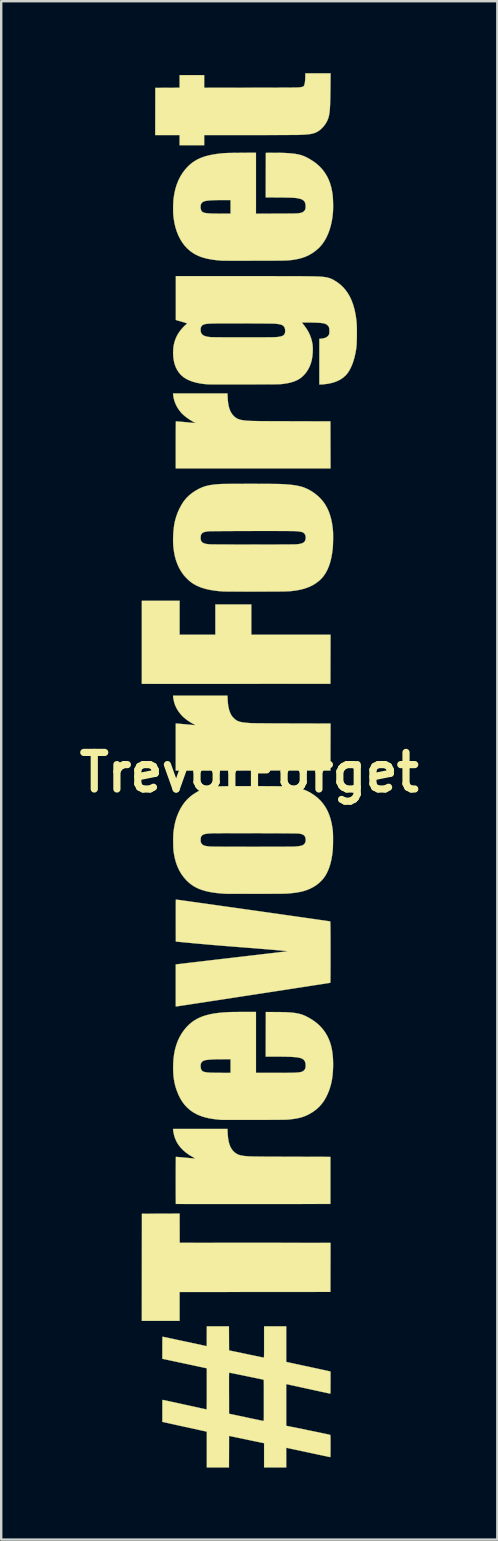
<source format=kicad_pcb>
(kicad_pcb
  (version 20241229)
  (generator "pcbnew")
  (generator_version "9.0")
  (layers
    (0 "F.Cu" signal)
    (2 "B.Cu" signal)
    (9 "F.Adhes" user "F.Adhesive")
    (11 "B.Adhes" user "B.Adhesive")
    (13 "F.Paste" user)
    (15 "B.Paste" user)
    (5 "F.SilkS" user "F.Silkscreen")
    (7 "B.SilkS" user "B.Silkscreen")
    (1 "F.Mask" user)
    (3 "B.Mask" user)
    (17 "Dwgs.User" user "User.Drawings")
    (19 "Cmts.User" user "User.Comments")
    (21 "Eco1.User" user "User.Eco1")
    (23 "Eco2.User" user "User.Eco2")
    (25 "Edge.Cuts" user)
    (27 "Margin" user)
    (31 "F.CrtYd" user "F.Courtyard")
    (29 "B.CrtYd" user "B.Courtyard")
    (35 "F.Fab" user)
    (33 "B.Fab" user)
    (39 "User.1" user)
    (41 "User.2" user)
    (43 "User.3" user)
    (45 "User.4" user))
  (footprint "TrevorForget"
    (layer "F.Cu")
    (at 7.337 29.138)
    (property "Reference" "TrevorForget" (at 0 0 0) (layer "F.SilkS") (effects (font (size 1.524 1.524) (thickness 0.3))))
    (attr through_hole)
    (fp_poly (pts (xy -2.903 -5.738) (xy -1.413 -5.738) (xy -1.413 -7) (xy 0.085 -7) (xy 0.085 -5.738) (xy 3.386 -5.738) (xy 3.383 -4.716) (xy 3.381 -3.694) (xy -4.477 -3.69) (xy -4.477 -7.152) (xy -2.903 -7.152) (xy -2.903 -5.738)) (stroke (width 0.01) (type solid)) (fill yes) (layer "F.SilkS"))
    (fp_poly (pts (xy -2.901 18.991) (xy -2.899 19.598) (xy 0.243 19.6) (xy 3.386 19.602) (xy 3.381 21.646) (xy 0.239 21.648) (xy -2.903 21.651) (xy -2.903 22.852) (xy -4.477 22.852) (xy -4.475 20.62) (xy -4.473 18.388) (xy -3.688 18.386) (xy -2.903 18.383) (xy -2.901 18.991)) (stroke (width 0.01) (type solid)) (fill yes) (layer "F.SilkS"))
    (fp_poly (pts (xy -0.903 -3.064) (xy -0.894 -2.921) (xy -0.879 -2.793) (xy -0.857 -2.677) (xy -0.829 -2.573) (xy -0.794 -2.479) (xy -0.751 -2.395) (xy -0.743 -2.381) (xy -0.713 -2.337) (xy -0.671 -2.289) (xy -0.625 -2.243) (xy -0.577 -2.202) (xy -0.532 -2.17) (xy -0.529 -2.168) (xy -0.487 -2.147) (xy -0.441 -2.128) (xy -0.388 -2.111) (xy -0.328 -2.097) (xy -0.258 -2.085) (xy -0.176 -2.075) (xy -0.082 -2.066) (xy 0.027 -2.058) (xy 0.068 -2.056) (xy 0.097 -2.055) (xy 0.142 -2.053) (xy 0.203 -2.052) (xy 0.28 -2.051) (xy 0.372 -2.05) (xy 0.477 -2.049) (xy 0.597 -2.048) (xy 0.73 -2.047) (xy 0.876 -2.046) (xy 1.034 -2.045) (xy 1.204 -2.044) (xy 1.385 -2.044) (xy 1.577 -2.043) (xy 1.779 -2.042) (xy 1.805 -2.042) (xy 3.386 -2.038) (xy 3.381 -0.08) (xy -3.064 -0.076) (xy -3.064 -2.04) (xy -3.047 -2.04) (xy -3.034 -2.039) (xy -3.007 -2.037) (xy -2.968 -2.034) (xy -2.917 -2.029) (xy -2.859 -2.024) (xy -2.794 -2.018) (xy -2.725 -2.012) (xy -2.653 -2.006) (xy -2.582 -1.999) (xy -2.513 -1.993) (xy -2.448 -1.987) (xy -2.389 -1.981) (xy -2.339 -1.976) (xy -2.299 -1.972) (xy -2.272 -1.97) (xy -2.26 -1.968) (xy -2.252 -1.968) (xy -2.255 -1.973) (xy -2.27 -1.984) (xy -2.298 -2.001) (xy -2.332 -2.02) (xy -2.454 -2.09) (xy -2.56 -2.16) (xy -2.656 -2.231) (xy -2.741 -2.304) (xy -2.78 -2.341) (xy -2.879 -2.45) (xy -2.963 -2.562) (xy -3.033 -2.679) (xy -3.089 -2.804) (xy -3.111 -2.865) (xy -3.124 -2.907) (xy -3.137 -2.957) (xy -3.149 -3.011) (xy -3.159 -3.065) (xy -3.168 -3.114) (xy -3.173 -3.154) (xy -3.174 -3.175) (xy -3.174 -3.199) (xy -0.908 -3.199) (xy -0.903 -3.064)) (stroke (width 0.01) (type solid)) (fill yes) (layer "F.SilkS"))
    (fp_poly (pts (xy -0.903 -15.658) (xy -0.894 -15.514) (xy -0.879 -15.385) (xy -0.858 -15.269) (xy -0.83 -15.166) (xy -0.796 -15.074) (xy -0.754 -14.992) (xy -0.704 -14.919) (xy -0.646 -14.853) (xy -0.633 -14.84) (xy -0.574 -14.79) (xy -0.511 -14.75) (xy -0.441 -14.719) (xy -0.362 -14.695) (xy -0.271 -14.678) (xy -0.236 -14.673) (xy -0.205 -14.669) (xy -0.175 -14.666) (xy -0.145 -14.662) (xy -0.113 -14.659) (xy -0.081 -14.657) (xy -0.045 -14.654) (xy -0.007 -14.652) (xy 0.036 -14.65) (xy 0.083 -14.648) (xy 0.136 -14.646) (xy 0.195 -14.645) (xy 0.262 -14.644) (xy 0.336 -14.642) (xy 0.419 -14.641) (xy 0.512 -14.64) (xy 0.615 -14.64) (xy 0.729 -14.639) (xy 0.856 -14.638) (xy 0.994 -14.637) (xy 1.147 -14.637) (xy 1.313 -14.636) (xy 1.495 -14.636) (xy 1.693 -14.635) (xy 1.76 -14.635) (xy 3.381 -14.63) (xy 3.383 -13.65) (xy 3.386 -12.67) (xy -3.064 -12.67) (xy -3.064 -13.647) (xy -3.064 -13.775) (xy -3.064 -13.897) (xy -3.063 -14.014) (xy -3.063 -14.123) (xy -3.063 -14.225) (xy -3.062 -14.318) (xy -3.061 -14.401) (xy -3.061 -14.472) (xy -3.06 -14.532) (xy -3.059 -14.578) (xy -3.058 -14.61) (xy -3.057 -14.627) (xy -3.057 -14.629) (xy -3.047 -14.629) (xy -3.023 -14.628) (xy -2.984 -14.625) (xy -2.934 -14.621) (xy -2.874 -14.616) (xy -2.805 -14.61) (xy -2.73 -14.603) (xy -2.649 -14.596) (xy -2.649 -14.596) (xy -2.568 -14.588) (xy -2.492 -14.581) (xy -2.423 -14.575) (xy -2.363 -14.569) (xy -2.312 -14.565) (xy -2.274 -14.561) (xy -2.249 -14.559) (xy -2.239 -14.558) (xy -2.239 -14.558) (xy -2.242 -14.562) (xy -2.259 -14.572) (xy -2.285 -14.587) (xy -2.319 -14.605) (xy -2.328 -14.609) (xy -2.432 -14.669) (xy -2.535 -14.735) (xy -2.632 -14.805) (xy -2.721 -14.877) (xy -2.799 -14.95) (xy -2.832 -14.984) (xy -2.925 -15.1) (xy -3.005 -15.223) (xy -3.07 -15.352) (xy -3.121 -15.486) (xy -3.155 -15.624) (xy -3.17 -15.732) (xy -3.176 -15.794) (xy -0.908 -15.794) (xy -0.903 -15.658)) (stroke (width 0.01) (type solid)) (fill yes) (layer "F.SilkS"))
    (fp_poly (pts (xy 3.383 -28.53) (xy 3.381 -28.363) (xy 3.379 -28.213) (xy 3.376 -28.077) (xy 3.373 -27.955) (xy 3.369 -27.846) (xy 3.364 -27.748) (xy 3.359 -27.66) (xy 3.352 -27.582) (xy 3.345 -27.512) (xy 3.336 -27.45) (xy 3.326 -27.393) (xy 3.315 -27.341) (xy 3.302 -27.294) (xy 3.287 -27.249) (xy 3.271 -27.206) (xy 3.259 -27.176) (xy 3.212 -27.083) (xy 3.152 -26.991) (xy 3.082 -26.903) (xy 3.005 -26.824) (xy 2.924 -26.756) (xy 2.893 -26.734) (xy 2.845 -26.704) (xy 2.798 -26.679) (xy 2.749 -26.657) (xy 2.697 -26.638) (xy 2.639 -26.622) (xy 2.575 -26.608) (xy 2.502 -26.597) (xy 2.42 -26.588) (xy 2.325 -26.58) (xy 2.217 -26.574) (xy 2.095 -26.568) (xy 2.067 -26.567) (xy 2.023 -26.566) (xy 1.964 -26.566) (xy 1.89 -26.565) (xy 1.803 -26.564) (xy 1.703 -26.564) (xy 1.59 -26.563) (xy 1.467 -26.562) (xy 1.333 -26.562) (xy 1.189 -26.561) (xy 1.037 -26.561) (xy 0.877 -26.561) (xy 0.71 -26.56) (xy 0.536 -26.56) (xy 0.357 -26.56) (xy 0.173 -26.56) (xy 0.011 -26.56) (xy -1.879 -26.56) (xy -1.879 -26.136) (xy -2.903 -26.136) (xy -2.903 -26.56) (xy -3.919 -26.56) (xy -3.915 -28.527) (xy -3.409 -28.53) (xy -2.903 -28.532) (xy -2.903 -29.056) (xy -1.879 -29.056) (xy -1.879 -28.531) (xy 0.083 -28.534) (xy 0.299 -28.534) (xy 0.5 -28.535) (xy 0.685 -28.535) (xy 0.855 -28.535) (xy 1.011 -28.536) (xy 1.153 -28.536) (xy 1.282 -28.537) (xy 1.399 -28.537) (xy 1.504 -28.537) (xy 1.598 -28.538) (xy 1.682 -28.539) (xy 1.756 -28.539) (xy 1.821 -28.54) (xy 1.877 -28.54) (xy 1.926 -28.541) (xy 1.968 -28.542) (xy 2.003 -28.543) (xy 2.033 -28.544) (xy 2.057 -28.545) (xy 2.077 -28.546) (xy 2.093 -28.547) (xy 2.106 -28.549) (xy 2.117 -28.55) (xy 2.12 -28.551) (xy 2.173 -28.561) (xy 2.212 -28.57) (xy 2.239 -28.58) (xy 2.259 -28.591) (xy 2.273 -28.605) (xy 2.282 -28.619) (xy 2.296 -28.654) (xy 2.309 -28.704) (xy 2.319 -28.766) (xy 2.328 -28.838) (xy 2.333 -28.918) (xy 2.336 -29.004) (xy 2.336 -29.033) (xy 2.336 -29.133) (xy 3.388 -29.133) (xy 3.383 -28.53)) (stroke (width 0.01) (type solid)) (fill yes) (layer "F.SilkS"))
    (fp_poly (pts (xy -0.903 14.987) (xy -0.894 15.13) (xy -0.88 15.258) (xy -0.86 15.373) (xy -0.833 15.475) (xy -0.801 15.566) (xy -0.761 15.647) (xy -0.714 15.72) (xy -0.659 15.785) (xy -0.639 15.806) (xy -0.577 15.858) (xy -0.511 15.9) (xy -0.437 15.933) (xy -0.353 15.957) (xy -0.255 15.974) (xy -0.253 15.975) (xy -0.223 15.979) (xy -0.195 15.982) (xy -0.167 15.986) (xy -0.138 15.988) (xy -0.107 15.991) (xy -0.074 15.994) (xy -0.038 15.996) (xy 0.002 15.998) (xy 0.046 16) (xy 0.096 16.001) (xy 0.152 16.003) (xy 0.216 16.004) (xy 0.287 16.005) (xy 0.366 16.006) (xy 0.455 16.007) (xy 0.554 16.008) (xy 0.664 16.009) (xy 0.785 16.01) (xy 0.919 16.01) (xy 1.066 16.011) (xy 1.228 16.011) (xy 1.404 16.012) (xy 1.595 16.013) (xy 1.739 16.013) (xy 3.381 16.018) (xy 3.381 17.981) (xy 0.164 17.984) (xy -0.068 17.984) (xy -0.296 17.984) (xy -0.519 17.984) (xy -0.737 17.984) (xy -0.949 17.984) (xy -1.154 17.984) (xy -1.351 17.984) (xy -1.541 17.984) (xy -1.723 17.984) (xy -1.896 17.984) (xy -2.059 17.983) (xy -2.212 17.983) (xy -2.354 17.983) (xy -2.485 17.983) (xy -2.604 17.983) (xy -2.71 17.982) (xy -2.803 17.982) (xy -2.883 17.982) (xy -2.949 17.981) (xy -3 17.981) (xy -3.035 17.981) (xy -3.054 17.98) (xy -3.058 17.98) (xy -3.059 17.971) (xy -3.06 17.946) (xy -3.061 17.907) (xy -3.061 17.855) (xy -3.062 17.791) (xy -3.062 17.717) (xy -3.063 17.633) (xy -3.063 17.542) (xy -3.063 17.444) (xy -3.064 17.341) (xy -3.064 17.234) (xy -3.064 17.124) (xy -3.064 17.012) (xy -3.064 16.901) (xy -3.064 16.791) (xy -3.063 16.683) (xy -3.063 16.578) (xy -3.063 16.479) (xy -3.062 16.386) (xy -3.062 16.301) (xy -3.061 16.224) (xy -3.061 16.158) (xy -3.06 16.103) (xy -3.059 16.061) (xy -3.059 16.033) (xy -3.058 16.02) (xy -3.058 16.02) (xy -3.048 16.02) (xy -3.023 16.021) (xy -2.985 16.024) (xy -2.936 16.028) (xy -2.876 16.033) (xy -2.807 16.039) (xy -2.732 16.046) (xy -2.662 16.053) (xy -2.582 16.06) (xy -2.507 16.067) (xy -2.438 16.073) (xy -2.378 16.079) (xy -2.328 16.083) (xy -2.289 16.087) (xy -2.265 16.089) (xy -2.256 16.089) (xy -2.256 16.086) (xy -2.27 16.076) (xy -2.294 16.061) (xy -2.326 16.042) (xy -2.337 16.037) (xy -2.49 15.946) (xy -2.627 15.85) (xy -2.749 15.747) (xy -2.856 15.638) (xy -2.947 15.522) (xy -3.023 15.399) (xy -3.083 15.27) (xy -3.129 15.133) (xy -3.16 14.989) (xy -3.161 14.981) (xy -3.167 14.943) (xy -3.171 14.909) (xy -3.174 14.885) (xy -3.174 14.877) (xy -3.174 14.854) (xy -0.908 14.854) (xy -0.903 14.987)) (stroke (width 0.01) (type solid)) (fill yes) (layer "F.SilkS"))
    (fp_poly (pts (xy -3.049 5.298) (xy -3.024 5.301) (xy -2.984 5.307) (xy -2.93 5.314) (xy -2.861 5.323) (xy -2.779 5.335) (xy -2.685 5.348) (xy -2.578 5.362) (xy -2.461 5.379) (xy -2.333 5.397) (xy -2.195 5.416) (xy -2.048 5.437) (xy -1.893 5.458) (xy -1.73 5.481) (xy -1.56 5.505) (xy -1.384 5.53) (xy -1.203 5.556) (xy -1.016 5.582) (xy -0.825 5.609) (xy -0.631 5.636) (xy -0.434 5.664) (xy -0.235 5.692) (xy -0.035 5.72) (xy 0.166 5.749) (xy 0.367 5.777) (xy 0.567 5.806) (xy 0.766 5.834) (xy 0.963 5.862) (xy 1.157 5.889) (xy 1.347 5.916) (xy 1.533 5.943) (xy 1.715 5.969) (xy 1.89 5.994) (xy 2.06 6.018) (xy 2.222 6.041) (xy 2.377 6.063) (xy 2.523 6.084) (xy 2.66 6.104) (xy 2.787 6.122) (xy 2.904 6.139) (xy 3.009 6.154) (xy 3.103 6.167) (xy 3.184 6.179) (xy 3.251 6.189) (xy 3.305 6.197) (xy 3.344 6.203) (xy 3.368 6.206) (xy 3.375 6.208) (xy 3.376 6.217) (xy 3.378 6.241) (xy 3.379 6.281) (xy 3.38 6.333) (xy 3.381 6.399) (xy 3.382 6.475) (xy 3.383 6.562) (xy 3.384 6.658) (xy 3.384 6.761) (xy 3.385 6.872) (xy 3.385 6.988) (xy 3.386 7.108) (xy 3.386 7.232) (xy 3.386 7.359) (xy 3.386 7.486) (xy 3.386 7.613) (xy 3.386 7.739) (xy 3.386 7.863) (xy 3.386 7.984) (xy 3.386 8.1) (xy 3.385 8.211) (xy 3.384 8.314) (xy 3.384 8.41) (xy 3.383 8.497) (xy 3.382 8.573) (xy 3.381 8.639) (xy 3.38 8.692) (xy 3.379 8.731) (xy 3.378 8.756) (xy 3.376 8.765) (xy 3.367 8.766) (xy 3.343 8.77) (xy 3.303 8.777) (xy 3.248 8.785) (xy 3.179 8.796) (xy 3.097 8.809) (xy 3.003 8.824) (xy 2.896 8.84) (xy 2.779 8.858) (xy 2.651 8.878) (xy 2.514 8.899) (xy 2.367 8.922) (xy 2.212 8.946) (xy 2.049 8.971) (xy 1.88 8.997) (xy 1.704 9.024) (xy 1.523 9.052) (xy 1.337 9.081) (xy 1.147 9.11) (xy 0.953 9.14) (xy 0.756 9.17) (xy 0.558 9.201) (xy 0.358 9.231) (xy 0.158 9.262) (xy -0.043 9.293) (xy -0.242 9.323) (xy -0.44 9.354) (xy -0.636 9.384) (xy -0.829 9.414) (xy -1.019 9.443) (xy -1.204 9.471) (xy -1.384 9.499) (xy -1.559 9.525) (xy -1.727 9.551) (xy -1.888 9.576) (xy -2.041 9.599) (xy -2.186 9.621) (xy -2.322 9.642) (xy -2.448 9.661) (xy -2.563 9.679) (xy -2.667 9.695) (xy -2.759 9.708) (xy -2.839 9.72) (xy -2.905 9.73) (xy -2.956 9.738) (xy -2.994 9.744) (xy -3.015 9.747) (xy -3.019 9.747) (xy -3.064 9.753) (xy -3.064 8.001) (xy -3.036 7.996) (xy -3.026 7.995) (xy -2.999 7.992) (xy -2.957 7.987) (xy -2.9 7.98) (xy -2.829 7.972) (xy -2.744 7.962) (xy -2.647 7.95) (xy -2.538 7.937) (xy -2.418 7.923) (xy -2.287 7.908) (xy -2.146 7.891) (xy -1.996 7.874) (xy -1.838 7.855) (xy -1.672 7.836) (xy -1.498 7.815) (xy -1.318 7.794) (xy -1.132 7.772) (xy -0.942 7.75) (xy -0.746 7.727) (xy -0.705 7.722) (xy -0.51 7.699) (xy -0.318 7.677) (xy -0.132 7.655) (xy 0.048 7.634) (xy 0.222 7.614) (xy 0.389 7.594) (xy 0.547 7.575) (xy 0.698 7.558) (xy 0.839 7.541) (xy 0.97 7.526) (xy 1.091 7.511) (xy 1.201 7.498) (xy 1.298 7.487) (xy 1.383 7.477) (xy 1.455 7.468) (xy 1.513 7.461) (xy 1.556 7.456) (xy 1.584 7.453) (xy 1.596 7.451) (xy 1.597 7.451) (xy 1.587 7.449) (xy 1.561 7.445) (xy 1.519 7.44) (xy 1.464 7.434) (xy 1.395 7.427) (xy 1.314 7.42) (xy 1.221 7.411) (xy 1.117 7.402) (xy 1.003 7.392) (xy 0.88 7.381) (xy 0.75 7.37) (xy 0.612 7.359) (xy 0.467 7.347) (xy 0.317 7.335) (xy 0.163 7.322) (xy 0.005 7.31) (xy -0.156 7.297) (xy -0.319 7.285) (xy -0.449 7.275) (xy -0.74 7.252) (xy -1.036 7.228) (xy -1.334 7.204) (xy -1.63 7.179) (xy -1.922 7.153) (xy -2.207 7.128) (xy -2.482 7.102) (xy -2.743 7.077) (xy -2.827 7.069) (xy -3.06 7.046) (xy -3.062 6.175) (xy -3.062 6.055) (xy -3.062 5.94) (xy -3.062 5.83) (xy -3.062 5.728) (xy -3.062 5.634) (xy -3.061 5.549) (xy -3.061 5.474) (xy -3.06 5.411) (xy -3.06 5.361) (xy -3.059 5.325) (xy -3.058 5.303) (xy -3.058 5.297) (xy -3.049 5.298)) (stroke (width 0.01) (type solid)) (fill yes) (layer "F.SilkS"))
    (fp_poly (pts (xy 0.279 12.518) (xy 1.073 12.518) (xy 1.226 12.518) (xy 1.363 12.518) (xy 1.485 12.517) (xy 1.593 12.517) (xy 1.689 12.516) (xy 1.773 12.514) (xy 1.846 12.512) (xy 1.909 12.51) (xy 1.964 12.508) (xy 2.011 12.504) (xy 2.052 12.5) (xy 2.087 12.496) (xy 2.118 12.491) (xy 2.145 12.485) (xy 2.17 12.478) (xy 2.193 12.47) (xy 2.207 12.466) (xy 2.25 12.442) (xy 2.29 12.406) (xy 2.321 12.363) (xy 2.337 12.326) (xy 2.345 12.286) (xy 2.348 12.236) (xy 2.348 12.183) (xy 2.343 12.132) (xy 2.335 12.09) (xy 2.33 12.073) (xy 2.315 12.039) (xy 2.297 12.009) (xy 2.275 11.981) (xy 2.249 11.957) (xy 2.217 11.936) (xy 2.178 11.917) (xy 2.133 11.901) (xy 2.079 11.887) (xy 2.015 11.876) (xy 1.942 11.866) (xy 1.858 11.859) (xy 1.762 11.852) (xy 1.654 11.848) (xy 1.532 11.845) (xy 1.395 11.843) (xy 1.243 11.841) (xy 1.115 11.841) (xy 0.685 11.841) (xy 0.69 9.983) (xy 1.096 9.984) (xy 1.256 9.985) (xy 1.4 9.988) (xy 1.53 9.992) (xy 1.647 9.998) (xy 1.754 10.006) (xy 1.85 10.016) (xy 1.938 10.028) (xy 2.019 10.043) (xy 2.094 10.06) (xy 2.165 10.08) (xy 2.2 10.091) (xy 2.279 10.121) (xy 2.365 10.161) (xy 2.457 10.208) (xy 2.551 10.262) (xy 2.643 10.32) (xy 2.73 10.38) (xy 2.797 10.431) (xy 2.895 10.517) (xy 2.991 10.613) (xy 3.079 10.716) (xy 3.155 10.82) (xy 3.167 10.838) (xy 3.244 10.967) (xy 3.31 11.104) (xy 3.366 11.248) (xy 3.411 11.401) (xy 3.446 11.563) (xy 3.472 11.736) (xy 3.488 11.921) (xy 3.494 12.119) (xy 3.493 12.264) (xy 3.485 12.452) (xy 3.47 12.628) (xy 3.447 12.793) (xy 3.416 12.95) (xy 3.375 13.102) (xy 3.326 13.251) (xy 3.27 13.39) (xy 3.194 13.547) (xy 3.108 13.692) (xy 3.01 13.824) (xy 2.901 13.944) (xy 2.779 14.053) (xy 2.645 14.15) (xy 2.498 14.237) (xy 2.442 14.266) (xy 2.364 14.302) (xy 2.287 14.333) (xy 2.208 14.361) (xy 2.125 14.385) (xy 2.036 14.406) (xy 1.938 14.424) (xy 1.829 14.441) (xy 1.706 14.456) (xy 1.617 14.466) (xy 1.596 14.467) (xy 1.566 14.469) (xy 1.524 14.47) (xy 1.47 14.471) (xy 1.405 14.472) (xy 1.327 14.473) (xy 1.236 14.474) (xy 1.131 14.475) (xy 1.013 14.475) (xy 0.88 14.476) (xy 0.731 14.476) (xy 0.568 14.477) (xy 0.388 14.477) (xy 0.207 14.477) (xy 0.059 14.478) (xy -0.086 14.478) (xy -0.225 14.478) (xy -0.359 14.478) (xy -0.485 14.478) (xy -0.603 14.478) (xy -0.713 14.478) (xy -0.813 14.477) (xy -0.902 14.477) (xy -0.979 14.477) (xy -1.044 14.477) (xy -1.095 14.477) (xy -1.131 14.476) (xy -1.152 14.476) (xy -1.155 14.476) (xy -1.182 14.474) (xy -1.221 14.471) (xy -1.268 14.467) (xy -1.318 14.462) (xy -1.337 14.46) (xy -1.518 14.438) (xy -1.685 14.409) (xy -1.84 14.373) (xy -1.983 14.329) (xy -2.118 14.276) (xy -2.205 14.236) (xy -2.342 14.159) (xy -2.469 14.069) (xy -2.586 13.966) (xy -2.693 13.851) (xy -2.79 13.722) (xy -2.877 13.579) (xy -2.954 13.423) (xy -3.022 13.253) (xy -3.051 13.169) (xy -3.089 13.039) (xy -3.119 12.908) (xy -3.142 12.773) (xy -3.159 12.631) (xy -3.168 12.478) (xy -3.172 12.383) (xy -3.171 12.236) (xy -2.03 12.236) (xy -2.029 12.255) (xy -2.02 12.323) (xy -2.004 12.376) (xy -1.98 12.418) (xy -1.946 12.448) (xy -1.899 12.471) (xy -1.84 12.487) (xy -1.831 12.489) (xy -1.795 12.495) (xy -1.757 12.5) (xy -1.713 12.504) (xy -1.663 12.508) (xy -1.604 12.51) (xy -1.536 12.513) (xy -1.457 12.514) (xy -1.365 12.516) (xy -1.258 12.516) (xy -1.17 12.517) (xy -0.779 12.518) (xy -0.779 11.951) (xy -1.09 11.951) (xy -1.231 11.952) (xy -1.357 11.953) (xy -1.468 11.956) (xy -1.565 11.961) (xy -1.65 11.966) (xy -1.722 11.974) (xy -1.784 11.982) (xy -1.837 11.992) (xy -1.876 12.003) (xy -1.933 12.028) (xy -1.977 12.064) (xy -2.007 12.111) (xy -2.025 12.168) (xy -2.03 12.236) (xy -3.171 12.236) (xy -3.17 12.155) (xy -3.157 11.938) (xy -3.131 11.733) (xy -3.092 11.539) (xy -3.04 11.355) (xy -2.976 11.181) (xy -2.899 11.018) (xy -2.809 10.864) (xy -2.706 10.72) (xy -2.596 10.592) (xy -2.501 10.498) (xy -2.399 10.412) (xy -2.29 10.335) (xy -2.174 10.267) (xy -2.048 10.207) (xy -1.913 10.154) (xy -1.767 10.11) (xy -1.61 10.072) (xy -1.44 10.041) (xy -1.257 10.017) (xy -1.06 9.999) (xy -0.859 9.987) (xy -0.812 9.986) (xy -0.751 9.984) (xy -0.678 9.983) (xy -0.595 9.982) (xy -0.505 9.981) (xy -0.41 9.98) (xy -0.314 9.979) (xy -0.218 9.979) (xy -0.193 9.979) (xy 0.279 9.979) (xy 0.279 12.518)) (stroke (width 0.01) (type solid)) (fill yes) (layer "F.SilkS"))
    (fp_poly (pts (xy 0.279 -23.283) (xy 1.136 -23.287) (xy 1.279 -23.287) (xy 1.405 -23.288) (xy 1.517 -23.288) (xy 1.615 -23.289) (xy 1.7 -23.29) (xy 1.773 -23.291) (xy 1.836 -23.291) (xy 1.889 -23.293) (xy 1.933 -23.294) (xy 1.969 -23.295) (xy 1.999 -23.296) (xy 2.024 -23.298) (xy 2.044 -23.3) (xy 2.06 -23.302) (xy 2.069 -23.304) (xy 2.128 -23.315) (xy 2.172 -23.325) (xy 2.207 -23.337) (xy 2.235 -23.351) (xy 2.259 -23.368) (xy 2.281 -23.388) (xy 2.308 -23.42) (xy 2.327 -23.452) (xy 2.34 -23.488) (xy 2.346 -23.533) (xy 2.348 -23.59) (xy 2.348 -23.601) (xy 2.342 -23.676) (xy 2.326 -23.74) (xy 2.299 -23.792) (xy 2.26 -23.835) (xy 2.207 -23.87) (xy 2.141 -23.897) (xy 2.059 -23.918) (xy 2.024 -23.925) (xy 1.99 -23.931) (xy 1.956 -23.936) (xy 1.919 -23.94) (xy 1.88 -23.944) (xy 1.835 -23.947) (xy 1.784 -23.95) (xy 1.725 -23.952) (xy 1.657 -23.954) (xy 1.578 -23.955) (xy 1.486 -23.956) (xy 1.381 -23.958) (xy 1.261 -23.959) (xy 1.246 -23.959) (xy 0.685 -23.963) (xy 0.69 -25.819) (xy 0.969 -25.822) (xy 1.165 -25.822) (xy 1.346 -25.819) (xy 1.511 -25.813) (xy 1.661 -25.803) (xy 1.798 -25.791) (xy 1.921 -25.775) (xy 2.032 -25.755) (xy 2.131 -25.732) (xy 2.194 -25.713) (xy 2.27 -25.685) (xy 2.355 -25.647) (xy 2.445 -25.601) (xy 2.538 -25.548) (xy 2.629 -25.491) (xy 2.716 -25.432) (xy 2.795 -25.372) (xy 2.817 -25.354) (xy 2.941 -25.242) (xy 3.052 -25.121) (xy 3.149 -24.992) (xy 3.234 -24.854) (xy 3.307 -24.705) (xy 3.368 -24.547) (xy 3.417 -24.377) (xy 3.454 -24.195) (xy 3.475 -24.05) (xy 3.481 -23.991) (xy 3.485 -23.919) (xy 3.489 -23.838) (xy 3.492 -23.75) (xy 3.494 -23.661) (xy 3.494 -23.572) (xy 3.493 -23.489) (xy 3.491 -23.414) (xy 3.488 -23.356) (xy 3.468 -23.156) (xy 3.437 -22.963) (xy 3.395 -22.779) (xy 3.344 -22.604) (xy 3.282 -22.44) (xy 3.212 -22.287) (xy 3.132 -22.146) (xy 3.043 -22.017) (xy 2.946 -21.903) (xy 2.883 -21.84) (xy 2.757 -21.732) (xy 2.625 -21.638) (xy 2.487 -21.558) (xy 2.342 -21.491) (xy 2.187 -21.437) (xy 2.022 -21.395) (xy 1.845 -21.364) (xy 1.841 -21.363) (xy 1.805 -21.358) (xy 1.772 -21.354) (xy 1.74 -21.35) (xy 1.709 -21.346) (xy 1.677 -21.343) (xy 1.645 -21.34) (xy 1.61 -21.338) (xy 1.572 -21.336) (xy 1.531 -21.334) (xy 1.484 -21.332) (xy 1.432 -21.331) (xy 1.372 -21.329) (xy 1.305 -21.328) (xy 1.23 -21.328) (xy 1.145 -21.327) (xy 1.049 -21.326) (xy 0.942 -21.326) (xy 0.823 -21.325) (xy 0.69 -21.325) (xy 0.543 -21.325) (xy 0.381 -21.325) (xy 0.212 -21.325) (xy 0.064 -21.324) (xy -0.08 -21.324) (xy -0.219 -21.324) (xy -0.352 -21.324) (xy -0.477 -21.324) (xy -0.594 -21.324) (xy -0.703 -21.324) (xy -0.801 -21.324) (xy -0.889 -21.324) (xy -0.965 -21.325) (xy -1.028 -21.325) (xy -1.077 -21.325) (xy -1.112 -21.325) (xy -1.131 -21.326) (xy -1.134 -21.326) (xy -1.315 -21.341) (xy -1.482 -21.361) (xy -1.634 -21.385) (xy -1.774 -21.413) (xy -1.903 -21.447) (xy -2.022 -21.486) (xy -2.134 -21.531) (xy -2.238 -21.582) (xy -2.332 -21.636) (xy -2.459 -21.725) (xy -2.577 -21.828) (xy -2.686 -21.944) (xy -2.784 -22.073) (xy -2.872 -22.214) (xy -2.95 -22.366) (xy -3.016 -22.529) (xy -3.072 -22.703) (xy -3.116 -22.886) (xy -3.148 -23.078) (xy -3.166 -23.246) (xy -3.17 -23.31) (xy -3.172 -23.387) (xy -3.173 -23.473) (xy -3.172 -23.563) (xy -3.172 -23.568) (xy -2.032 -23.568) (xy -2.024 -23.496) (xy -2.02 -23.477) (xy -2.011 -23.445) (xy -2 -23.417) (xy -1.986 -23.392) (xy -1.968 -23.371) (xy -1.945 -23.353) (xy -1.916 -23.337) (xy -1.879 -23.324) (xy -1.833 -23.314) (xy -1.779 -23.305) (xy -1.714 -23.299) (xy -1.637 -23.294) (xy -1.548 -23.29) (xy -1.446 -23.288) (xy -1.328 -23.286) (xy -1.195 -23.285) (xy -1.166 -23.285) (xy -0.779 -23.284) (xy -0.779 -23.851) (xy -1.098 -23.851) (xy -1.235 -23.851) (xy -1.356 -23.849) (xy -1.462 -23.846) (xy -1.555 -23.842) (xy -1.637 -23.837) (xy -1.707 -23.831) (xy -1.768 -23.823) (xy -1.82 -23.814) (xy -1.865 -23.803) (xy -1.877 -23.799) (xy -1.932 -23.774) (xy -1.976 -23.737) (xy -2.007 -23.69) (xy -2.026 -23.633) (xy -2.032 -23.568) (xy -3.172 -23.568) (xy -3.17 -23.655) (xy -3.166 -23.743) (xy -3.162 -23.824) (xy -3.156 -23.893) (xy -3.153 -23.919) (xy -3.121 -24.124) (xy -3.077 -24.32) (xy -3.02 -24.504) (xy -2.95 -24.678) (xy -2.868 -24.84) (xy -2.773 -24.992) (xy -2.666 -25.132) (xy -2.547 -25.261) (xy -2.471 -25.331) (xy -2.374 -25.41) (xy -2.27 -25.48) (xy -2.159 -25.544) (xy -2.04 -25.6) (xy -1.912 -25.649) (xy -1.773 -25.691) (xy -1.622 -25.727) (xy -1.458 -25.758) (xy -1.28 -25.783) (xy -1.09 -25.803) (xy -1.052 -25.806) (xy -1.007 -25.808) (xy -0.954 -25.811) (xy -0.891 -25.813) (xy -0.817 -25.815) (xy -0.732 -25.816) (xy -0.633 -25.818) (xy -0.52 -25.819) (xy -0.392 -25.82) (xy -0.332 -25.821) (xy 0.279 -25.825) (xy 0.279 -23.283)) (stroke (width 0.01) (type solid)) (fill yes) (layer "F.SilkS"))
    (fp_poly (pts (xy 0.2 -12.027) (xy 0.331 -12.027) (xy 0.459 -12.026) (xy 0.583 -12.026) (xy 0.702 -12.025) (xy 0.814 -12.025) (xy 0.918 -12.024) (xy 1.013 -12.023) (xy 1.097 -12.022) (xy 1.17 -12.021) (xy 1.229 -12.02) (xy 1.273 -12.019) (xy 1.287 -12.019) (xy 1.461 -12.01) (xy 1.62 -11.998) (xy 1.765 -11.984) (xy 1.895 -11.967) (xy 2.013 -11.946) (xy 2.119 -11.923) (xy 2.214 -11.897) (xy 2.285 -11.872) (xy 2.439 -11.805) (xy 2.587 -11.724) (xy 2.726 -11.629) (xy 2.857 -11.523) (xy 2.976 -11.407) (xy 3.083 -11.281) (xy 3.155 -11.179) (xy 3.235 -11.042) (xy 3.305 -10.892) (xy 3.364 -10.729) (xy 3.413 -10.554) (xy 3.451 -10.368) (xy 3.478 -10.172) (xy 3.488 -10.064) (xy 3.491 -10.01) (xy 3.493 -9.942) (xy 3.494 -9.865) (xy 3.494 -9.781) (xy 3.493 -9.694) (xy 3.491 -9.608) (xy 3.489 -9.525) (xy 3.486 -9.449) (xy 3.482 -9.383) (xy 3.479 -9.344) (xy 3.453 -9.137) (xy 3.418 -8.944) (xy 3.374 -8.764) (xy 3.32 -8.599) (xy 3.256 -8.448) (xy 3.183 -8.311) (xy 3.101 -8.188) (xy 3.009 -8.079) (xy 2.92 -7.994) (xy 2.795 -7.897) (xy 2.661 -7.812) (xy 2.516 -7.74) (xy 2.361 -7.68) (xy 2.195 -7.631) (xy 2.017 -7.594) (xy 1.926 -7.58) (xy 1.886 -7.574) (xy 1.849 -7.569) (xy 1.814 -7.565) (xy 1.78 -7.561) (xy 1.746 -7.557) (xy 1.71 -7.554) (xy 1.673 -7.551) (xy 1.633 -7.549) (xy 1.589 -7.547) (xy 1.54 -7.545) (xy 1.485 -7.543) (xy 1.424 -7.542) (xy 1.355 -7.541) (xy 1.277 -7.54) (xy 1.189 -7.539) (xy 1.091 -7.539) (xy 0.982 -7.538) (xy 0.86 -7.538) (xy 0.725 -7.537) (xy 0.575 -7.537) (xy 0.41 -7.537) (xy 0.284 -7.537) (xy 0.137 -7.536) (xy -0.007 -7.536) (xy -0.146 -7.536) (xy -0.279 -7.537) (xy -0.406 -7.537) (xy -0.526 -7.537) (xy -0.637 -7.537) (xy -0.738 -7.538) (xy -0.829 -7.538) (xy -0.908 -7.539) (xy -0.975 -7.54) (xy -1.027 -7.54) (xy -1.065 -7.541) (xy -1.087 -7.542) (xy -1.088 -7.542) (xy -1.29 -7.558) (xy -1.477 -7.581) (xy -1.65 -7.61) (xy -1.809 -7.646) (xy -1.957 -7.69) (xy -2.093 -7.74) (xy -2.219 -7.798) (xy -2.335 -7.864) (xy -2.442 -7.939) (xy -2.458 -7.951) (xy -2.499 -7.985) (xy -2.546 -8.028) (xy -2.596 -8.077) (xy -2.645 -8.128) (xy -2.691 -8.177) (xy -2.729 -8.221) (xy -2.743 -8.24) (xy -2.84 -8.378) (xy -2.924 -8.524) (xy -2.995 -8.679) (xy -3.054 -8.843) (xy -3.102 -9.017) (xy -3.137 -9.202) (xy -3.162 -9.399) (xy -3.166 -9.45) (xy -3.172 -9.562) (xy -3.174 -9.686) (xy -3.173 -9.78) (xy -2.027 -9.78) (xy -2.025 -9.728) (xy -2.019 -9.688) (xy -2.008 -9.656) (xy -1.991 -9.626) (xy -1.973 -9.605) (xy -1.942 -9.577) (xy -1.9 -9.554) (xy -1.846 -9.536) (xy -1.779 -9.521) (xy -1.697 -9.51) (xy -1.65 -9.506) (xy -1.63 -9.505) (xy -1.593 -9.504) (xy -1.542 -9.503) (xy -1.477 -9.502) (xy -1.399 -9.502) (xy -1.309 -9.501) (xy -1.208 -9.5) (xy -1.098 -9.5) (xy -0.978 -9.499) (xy -0.851 -9.499) (xy -0.716 -9.499) (xy -0.576 -9.498) (xy -0.431 -9.498) (xy -0.283 -9.498) (xy -0.131 -9.498) (xy 0.023 -9.498) (xy 0.177 -9.497) (xy 0.331 -9.497) (xy 0.484 -9.498) (xy 0.635 -9.498) (xy 0.782 -9.498) (xy 0.926 -9.498) (xy 1.064 -9.498) (xy 1.196 -9.499) (xy 1.321 -9.499) (xy 1.438 -9.5) (xy 1.545 -9.5) (xy 1.642 -9.501) (xy 1.728 -9.502) (xy 1.802 -9.502) (xy 1.863 -9.503) (xy 1.909 -9.504) (xy 1.94 -9.505) (xy 1.953 -9.506) (xy 2.03 -9.513) (xy 2.093 -9.522) (xy 2.146 -9.533) (xy 2.191 -9.547) (xy 2.231 -9.565) (xy 2.234 -9.566) (xy 2.267 -9.584) (xy 2.29 -9.602) (xy 2.308 -9.626) (xy 2.316 -9.639) (xy 2.339 -9.692) (xy 2.351 -9.752) (xy 2.351 -9.816) (xy 2.34 -9.876) (xy 2.331 -9.901) (xy 2.31 -9.937) (xy 2.279 -9.972) (xy 2.245 -9.999) (xy 2.239 -10.002) (xy 2.206 -10.014) (xy 2.158 -10.026) (xy 2.096 -10.037) (xy 2.023 -10.046) (xy 1.941 -10.053) (xy 1.896 -10.056) (xy 1.867 -10.057) (xy 1.823 -10.058) (xy 1.765 -10.059) (xy 1.694 -10.059) (xy 1.61 -10.06) (xy 1.515 -10.061) (xy 1.41 -10.061) (xy 1.295 -10.061) (xy 1.172 -10.062) (xy 1.041 -10.062) (xy 0.905 -10.062) (xy 0.763 -10.062) (xy 0.616 -10.062) (xy 0.467 -10.062) (xy 0.314 -10.062) (xy 0.161 -10.062) (xy 0.007 -10.061) (xy -0.146 -10.061) (xy -0.298 -10.061) (xy -0.447 -10.06) (xy -0.593 -10.06) (xy -0.734 -10.059) (xy -0.869 -10.058) (xy -0.998 -10.057) (xy -1.119 -10.057) (xy -1.232 -10.056) (xy -1.336 -10.055) (xy -1.428 -10.054) (xy -1.509 -10.053) (xy -1.578 -10.052) (xy -1.633 -10.051) (xy -1.674 -10.05) (xy -1.699 -10.049) (xy -1.705 -10.048) (xy -1.783 -10.037) (xy -1.845 -10.024) (xy -1.894 -10.01) (xy -1.933 -9.992) (xy -1.963 -9.97) (xy -1.986 -9.943) (xy -2.003 -9.914) (xy -2.014 -9.889) (xy -2.021 -9.867) (xy -2.025 -9.843) (xy -2.027 -9.812) (xy -2.027 -9.78) (xy -3.173 -9.78) (xy -3.172 -9.817) (xy -3.166 -9.951) (xy -3.156 -10.084) (xy -3.143 -10.209) (xy -3.127 -10.324) (xy -3.127 -10.326) (xy -3.092 -10.493) (xy -3.045 -10.659) (xy -2.987 -10.821) (xy -2.918 -10.978) (xy -2.84 -11.126) (xy -2.755 -11.263) (xy -2.676 -11.368) (xy -2.589 -11.466) (xy -2.487 -11.561) (xy -2.373 -11.651) (xy -2.251 -11.733) (xy -2.122 -11.807) (xy -2.069 -11.834) (xy -1.983 -11.872) (xy -1.896 -11.905) (xy -1.805 -11.934) (xy -1.709 -11.958) (xy -1.604 -11.977) (xy -1.49 -11.993) (xy -1.364 -12.006) (xy -1.224 -12.016) (xy -1.188 -12.018) (xy -1.157 -12.02) (xy -1.109 -12.021) (xy -1.048 -12.022) (xy -0.973 -12.023) (xy -0.887 -12.024) (xy -0.79 -12.024) (xy -0.684 -12.025) (xy -0.571 -12.026) (xy -0.451 -12.026) (xy -0.326 -12.026) (xy -0.197 -12.027) (xy -0.065 -12.027) (xy 0.067 -12.027) (xy 0.2 -12.027)) (stroke (width 0.01) (type solid)) (fill yes) (layer "F.SilkS"))
    (fp_poly (pts (xy 0.163 0.57) (xy 0.301 0.571) (xy 0.439 0.571) (xy 0.573 0.571) (xy 0.702 0.572) (xy 0.827 0.572) (xy 0.944 0.573) (xy 1.054 0.574) (xy 1.155 0.575) (xy 1.246 0.576) (xy 1.326 0.577) (xy 1.393 0.579) (xy 1.446 0.58) (xy 1.485 0.582) (xy 1.498 0.582) (xy 1.619 0.592) (xy 1.732 0.603) (xy 1.835 0.615) (xy 1.924 0.628) (xy 1.947 0.631) (xy 2.108 0.665) (xy 2.261 0.711) (xy 2.407 0.771) (xy 2.55 0.846) (xy 2.69 0.937) (xy 2.749 0.979) (xy 2.876 1.084) (xy 2.99 1.198) (xy 3.092 1.323) (xy 3.183 1.459) (xy 3.262 1.605) (xy 3.329 1.763) (xy 3.386 1.933) (xy 3.431 2.115) (xy 3.465 2.31) (xy 3.48 2.425) (xy 3.484 2.473) (xy 3.487 2.534) (xy 3.489 2.607) (xy 3.491 2.689) (xy 3.491 2.775) (xy 3.491 2.865) (xy 3.49 2.954) (xy 3.488 3.039) (xy 3.486 3.119) (xy 3.482 3.19) (xy 3.478 3.249) (xy 3.476 3.276) (xy 3.452 3.458) (xy 3.423 3.626) (xy 3.387 3.781) (xy 3.344 3.925) (xy 3.294 4.059) (xy 3.236 4.185) (xy 3.184 4.281) (xy 3.109 4.393) (xy 3.019 4.499) (xy 2.916 4.598) (xy 2.802 4.689) (xy 2.678 4.77) (xy 2.545 4.839) (xy 2.503 4.858) (xy 2.417 4.893) (xy 2.33 4.923) (xy 2.242 4.95) (xy 2.149 4.972) (xy 2.049 4.992) (xy 1.94 5.009) (xy 1.82 5.024) (xy 1.686 5.038) (xy 1.642 5.042) (xy 1.617 5.044) (xy 1.59 5.045) (xy 1.56 5.047) (xy 1.526 5.049) (xy 1.488 5.05) (xy 1.445 5.051) (xy 1.395 5.052) (xy 1.338 5.053) (xy 1.272 5.054) (xy 1.197 5.054) (xy 1.112 5.055) (xy 1.016 5.055) (xy 0.908 5.056) (xy 0.787 5.056) (xy 0.653 5.057) (xy 0.503 5.057) (xy 0.338 5.057) (xy 0.284 5.057) (xy 0.142 5.057) (xy 0.004 5.057) (xy -0.128 5.058) (xy -0.255 5.058) (xy -0.374 5.058) (xy -0.485 5.058) (xy -0.587 5.057) (xy -0.679 5.057) (xy -0.76 5.057) (xy -0.829 5.057) (xy -0.884 5.057) (xy -0.926 5.057) (xy -0.952 5.056) (xy -0.961 5.056) (xy -1.164 5.043) (xy -1.352 5.025) (xy -1.526 5.001) (xy -1.686 4.973) (xy -1.834 4.938) (xy -1.971 4.897) (xy -2.097 4.85) (xy -2.214 4.796) (xy -2.323 4.735) (xy -2.424 4.666) (xy -2.519 4.59) (xy -2.609 4.505) (xy -2.634 4.478) (xy -2.741 4.354) (xy -2.836 4.221) (xy -2.918 4.08) (xy -2.989 3.929) (xy -3.049 3.767) (xy -3.097 3.594) (xy -3.135 3.409) (xy -3.154 3.28) (xy -3.159 3.231) (xy -3.163 3.169) (xy -3.166 3.096) (xy -3.168 3.015) (xy -3.17 2.93) (xy -3.17 2.843) (xy -3.17 2.806) (xy -2.027 2.806) (xy -2.026 2.847) (xy -2.024 2.877) (xy -2.019 2.901) (xy -2.011 2.924) (xy -2.005 2.938) (xy -1.985 2.972) (xy -1.959 3.001) (xy -1.926 3.025) (xy -1.883 3.044) (xy -1.83 3.06) (xy -1.765 3.072) (xy -1.686 3.082) (xy -1.603 3.089) (xy -1.58 3.089) (xy -1.541 3.09) (xy -1.488 3.091) (xy -1.421 3.092) (xy -1.341 3.093) (xy -1.249 3.093) (xy -1.147 3.094) (xy -1.035 3.094) (xy -0.914 3.095) (xy -0.786 3.095) (xy -0.651 3.096) (xy -0.51 3.096) (xy -0.365 3.096) (xy -0.216 3.096) (xy -0.065 3.097) (xy 0.088 3.097) (xy 0.241 3.097) (xy 0.393 3.097) (xy 0.544 3.096) (xy 0.692 3.096) (xy 0.837 3.096) (xy 0.976 3.096) (xy 1.11 3.095) (xy 1.238 3.095) (xy 1.357 3.095) (xy 1.468 3.094) (xy 1.568 3.093) (xy 1.658 3.093) (xy 1.736 3.092) (xy 1.801 3.091) (xy 1.852 3.091) (xy 1.888 3.09) (xy 1.906 3.089) (xy 1.993 3.081) (xy 2.071 3.071) (xy 2.139 3.059) (xy 2.193 3.044) (xy 2.23 3.03) (xy 2.279 2.998) (xy 2.316 2.954) (xy 2.34 2.899) (xy 2.351 2.836) (xy 2.351 2.787) (xy 2.341 2.721) (xy 2.318 2.667) (xy 2.284 2.625) (xy 2.252 2.601) (xy 2.23 2.589) (xy 2.208 2.579) (xy 2.181 2.57) (xy 2.147 2.562) (xy 2.102 2.552) (xy 2.065 2.545) (xy 2.051 2.544) (xy 2.021 2.543) (xy 1.976 2.542) (xy 1.917 2.541) (xy 1.845 2.54) (xy 1.76 2.539) (xy 1.665 2.539) (xy 1.559 2.538) (xy 1.444 2.537) (xy 1.321 2.536) (xy 1.191 2.536) (xy 1.054 2.535) (xy 0.912 2.534) (xy 0.765 2.534) (xy 0.615 2.534) (xy 0.463 2.533) (xy 0.309 2.533) (xy 0.155 2.533) (xy 0.001 2.532) (xy -0.152 2.532) (xy -0.302 2.532) (xy -0.449 2.532) (xy -0.592 2.532) (xy -0.73 2.532) (xy -0.861 2.533) (xy -0.985 2.533) (xy -1.101 2.533) (xy -1.208 2.534) (xy -1.305 2.534) (xy -1.39 2.535) (xy -1.464 2.536) (xy -1.525 2.536) (xy -1.572 2.537) (xy -1.604 2.538) (xy -1.614 2.539) (xy -1.704 2.546) (xy -1.779 2.554) (xy -1.84 2.565) (xy -1.889 2.579) (xy -1.928 2.596) (xy -1.959 2.617) (xy -1.984 2.643) (xy -2.003 2.674) (xy -2.007 2.681) (xy -2.016 2.703) (xy -2.022 2.726) (xy -2.025 2.755) (xy -2.027 2.794) (xy -2.027 2.806) (xy -3.17 2.806) (xy -3.17 2.758) (xy -3.168 2.678) (xy -3.166 2.605) (xy -3.163 2.543) (xy -3.159 2.494) (xy -3.158 2.493) (xy -3.141 2.36) (xy -3.121 2.241) (xy -3.099 2.131) (xy -3.074 2.028) (xy -3.044 1.928) (xy -3.014 1.839) (xy -2.945 1.666) (xy -2.867 1.507) (xy -2.778 1.362) (xy -2.679 1.228) (xy -2.569 1.107) (xy -2.447 0.997) (xy -2.314 0.897) (xy -2.167 0.808) (xy -2.116 0.78) (xy -2.028 0.737) (xy -1.94 0.701) (xy -1.85 0.67) (xy -1.754 0.644) (xy -1.651 0.622) (xy -1.537 0.604) (xy -1.41 0.588) (xy -1.35 0.582) (xy -1.324 0.581) (xy -1.282 0.579) (xy -1.225 0.578) (xy -1.155 0.577) (xy -1.073 0.575) (xy -0.98 0.574) (xy -0.877 0.574) (xy -0.765 0.573) (xy -0.645 0.572) (xy -0.52 0.571) (xy -0.389 0.571) (xy -0.254 0.571) (xy -0.116 0.57) (xy 0.023 0.57) (xy 0.163 0.57)) (stroke (width 0.01) (type solid)) (fill yes) (layer "F.SilkS"))
    (fp_poly (pts (xy -0.271 -20.681) (xy 0.002 -20.681) (xy 0.258 -20.681) (xy 0.498 -20.681) (xy 0.723 -20.681) (xy 0.934 -20.681) (xy 1.13 -20.68) (xy 1.313 -20.68) (xy 1.483 -20.68) (xy 1.64 -20.68) (xy 1.786 -20.679) (xy 1.92 -20.679) (xy 2.044 -20.678) (xy 2.157 -20.678) (xy 2.261 -20.677) (xy 2.356 -20.676) (xy 2.443 -20.675) (xy 2.521 -20.674) (xy 2.593 -20.673) (xy 2.657 -20.672) (xy 2.715 -20.671) (xy 2.768 -20.669) (xy 2.816 -20.668) (xy 2.859 -20.666) (xy 2.899 -20.664) (xy 2.935 -20.662) (xy 2.968 -20.66) (xy 2.999 -20.658) (xy 3.028 -20.656) (xy 3.056 -20.653) (xy 3.076 -20.651) (xy 3.182 -20.638) (xy 3.276 -20.618) (xy 3.363 -20.592) (xy 3.448 -20.556) (xy 3.521 -20.518) (xy 3.661 -20.431) (xy 3.789 -20.334) (xy 3.906 -20.224) (xy 4.012 -20.103) (xy 4.107 -19.969) (xy 4.192 -19.824) (xy 4.265 -19.665) (xy 4.328 -19.494) (xy 4.381 -19.31) (xy 4.424 -19.112) (xy 4.447 -18.967) (xy 4.457 -18.891) (xy 4.466 -18.817) (xy 4.473 -18.743) (xy 4.478 -18.668) (xy 4.481 -18.588) (xy 4.484 -18.501) (xy 4.485 -18.404) (xy 4.484 -18.294) (xy 4.484 -18.207) (xy 4.482 -18.096) (xy 4.48 -18) (xy 4.477 -17.915) (xy 4.474 -17.84) (xy 4.469 -17.772) (xy 4.462 -17.708) (xy 4.454 -17.645) (xy 4.444 -17.582) (xy 4.432 -17.515) (xy 4.418 -17.443) (xy 4.417 -17.441) (xy 4.382 -17.287) (xy 4.34 -17.142) (xy 4.292 -17.006) (xy 4.238 -16.881) (xy 4.18 -16.768) (xy 4.118 -16.668) (xy 4.052 -16.583) (xy 4.017 -16.546) (xy 3.922 -16.461) (xy 3.818 -16.387) (xy 3.703 -16.325) (xy 3.577 -16.272) (xy 3.44 -16.231) (xy 3.29 -16.199) (xy 3.126 -16.177) (xy 3.102 -16.175) (xy 3.059 -16.171) (xy 3.016 -16.168) (xy 2.981 -16.166) (xy 2.964 -16.166) (xy 2.92 -16.166) (xy 2.92 -18.068) (xy 2.99 -18.074) (xy 3.082 -18.087) (xy 3.161 -18.109) (xy 3.225 -18.141) (xy 3.276 -18.182) (xy 3.313 -18.232) (xy 3.321 -18.247) (xy 3.329 -18.267) (xy 3.334 -18.287) (xy 3.337 -18.313) (xy 3.339 -18.348) (xy 3.339 -18.392) (xy 3.338 -18.455) (xy 3.332 -18.506) (xy 3.322 -18.546) (xy 3.307 -18.58) (xy 3.284 -18.611) (xy 3.264 -18.633) (xy 3.238 -18.655) (xy 3.209 -18.674) (xy 3.174 -18.691) (xy 3.133 -18.705) (xy 3.084 -18.716) (xy 3.026 -18.726) (xy 2.958 -18.733) (xy 2.879 -18.739) (xy 2.787 -18.743) (xy 2.682 -18.746) (xy 2.561 -18.747) (xy 2.473 -18.747) (xy 2.192 -18.747) (xy 2.265 -18.657) (xy 2.368 -18.518) (xy 2.455 -18.377) (xy 2.526 -18.232) (xy 2.58 -18.083) (xy 2.62 -17.929) (xy 2.638 -17.822) (xy 2.646 -17.728) (xy 2.648 -17.623) (xy 2.645 -17.511) (xy 2.636 -17.398) (xy 2.622 -17.287) (xy 2.604 -17.186) (xy 2.565 -17.044) (xy 2.513 -16.91) (xy 2.448 -16.784) (xy 2.371 -16.668) (xy 2.282 -16.563) (xy 2.183 -16.47) (xy 2.141 -16.437) (xy 2.06 -16.383) (xy 1.97 -16.335) (xy 1.872 -16.294) (xy 1.762 -16.259) (xy 1.641 -16.229) (xy 1.505 -16.205) (xy 1.365 -16.186) (xy 1.348 -16.184) (xy 1.33 -16.182) (xy 1.309 -16.181) (xy 1.285 -16.179) (xy 1.257 -16.178) (xy 1.225 -16.177) (xy 1.187 -16.176) (xy 1.143 -16.175) (xy 1.092 -16.174) (xy 1.033 -16.173) (xy 0.966 -16.173) (xy 0.889 -16.172) (xy 0.801 -16.172) (xy 0.703 -16.171) (xy 0.593 -16.171) (xy 0.47 -16.171) (xy 0.333 -16.171) (xy 0.182 -16.17) (xy 0.016 -16.17) (xy -0.165 -16.17) (xy -0.212 -16.17) (xy -0.368 -16.17) (xy -0.52 -16.17) (xy -0.667 -16.17) (xy -0.808 -16.17) (xy -0.942 -16.17) (xy -1.069 -16.17) (xy -1.186 -16.17) (xy -1.295 -16.17) (xy -1.392 -16.17) (xy -1.479 -16.17) (xy -1.553 -16.17) (xy -1.614 -16.171) (xy -1.661 -16.171) (xy -1.693 -16.171) (xy -1.709 -16.171) (xy -1.71 -16.172) (xy -1.888 -16.187) (xy -2.056 -16.211) (xy -2.213 -16.244) (xy -2.358 -16.284) (xy -2.49 -16.333) (xy -2.609 -16.389) (xy -2.713 -16.452) (xy -2.743 -16.474) (xy -2.841 -16.558) (xy -2.926 -16.654) (xy -2.999 -16.761) (xy -3.059 -16.879) (xy -3.107 -17.008) (xy -3.142 -17.147) (xy -3.164 -17.296) (xy -3.173 -17.456) (xy -3.174 -17.493) (xy -3.168 -17.647) (xy -3.15 -17.792) (xy -3.119 -17.928) (xy -3.075 -18.06) (xy -3.019 -18.185) (xy -2.959 -18.291) (xy -2.885 -18.398) (xy -2.826 -18.471) (xy -2.028 -18.471) (xy -2.028 -18.417) (xy -2.021 -18.365) (xy -2.008 -18.321) (xy -2.007 -18.318) (xy -1.981 -18.273) (xy -1.944 -18.236) (xy -1.897 -18.205) (xy -1.837 -18.18) (xy -1.764 -18.161) (xy -1.677 -18.147) (xy -1.6 -18.139) (xy -1.577 -18.138) (xy -1.539 -18.137) (xy -1.486 -18.136) (xy -1.42 -18.135) (xy -1.342 -18.134) (xy -1.252 -18.134) (xy -1.153 -18.133) (xy -1.045 -18.132) (xy -0.93 -18.132) (xy -0.809 -18.132) (xy -0.683 -18.131) (xy -0.552 -18.131) (xy -0.419 -18.131) (xy -0.285 -18.131) (xy -0.15 -18.131) (xy -0.016 -18.131) (xy 0.116 -18.131) (xy 0.244 -18.131) (xy 0.368 -18.132) (xy 0.486 -18.132) (xy 0.598 -18.132) (xy 0.701 -18.133) (xy 0.796 -18.134) (xy 0.88 -18.134) (xy 0.952 -18.135) (xy 1.012 -18.136) (xy 1.057 -18.137) (xy 1.088 -18.138) (xy 1.096 -18.139) (xy 1.189 -18.147) (xy 1.267 -18.159) (xy 1.33 -18.173) (xy 1.381 -18.191) (xy 1.421 -18.214) (xy 1.451 -18.242) (xy 1.473 -18.276) (xy 1.488 -18.317) (xy 1.49 -18.325) (xy 1.497 -18.375) (xy 1.496 -18.43) (xy 1.488 -18.485) (xy 1.474 -18.53) (xy 1.474 -18.532) (xy 1.454 -18.569) (xy 1.429 -18.6) (xy 1.398 -18.626) (xy 1.359 -18.647) (xy 1.309 -18.664) (xy 1.248 -18.678) (xy 1.171 -18.69) (xy 1.138 -18.694) (xy 1.121 -18.696) (xy 1.102 -18.698) (xy 1.079 -18.699) (xy 1.052 -18.701) (xy 1.019 -18.702) (xy 0.981 -18.703) (xy 0.936 -18.704) (xy 0.883 -18.705) (xy 0.822 -18.706) (xy 0.751 -18.707) (xy 0.67 -18.707) (xy 0.578 -18.708) (xy 0.474 -18.709) (xy 0.357 -18.709) (xy 0.227 -18.71) (xy 0.082 -18.71) (xy -0.079 -18.711) (xy -0.216 -18.711) (xy -0.403 -18.712) (xy -0.574 -18.712) (xy -0.73 -18.712) (xy -0.872 -18.712) (xy -0.999 -18.712) (xy -1.114 -18.712) (xy -1.217 -18.712) (xy -1.309 -18.711) (xy -1.391 -18.71) (xy -1.462 -18.709) (xy -1.526 -18.708) (xy -1.581 -18.706) (xy -1.629 -18.704) (xy -1.671 -18.702) (xy -1.708 -18.699) (xy -1.74 -18.696) (xy -1.768 -18.693) (xy -1.793 -18.69) (xy -1.816 -18.686) (xy -1.822 -18.685) (xy -1.883 -18.67) (xy -1.93 -18.651) (xy -1.965 -18.625) (xy -1.993 -18.591) (xy -2.009 -18.561) (xy -2.022 -18.521) (xy -2.028 -18.471) (xy -2.826 -18.471) (xy -2.801 -18.502) (xy -2.708 -18.6) (xy -2.622 -18.678) (xy -2.603 -18.695) (xy -2.591 -18.707) (xy -2.589 -18.711) (xy -2.597 -18.715) (xy -2.619 -18.723) (xy -2.653 -18.734) (xy -2.698 -18.748) (xy -2.75 -18.764) (xy -2.809 -18.781) (xy -2.824 -18.786) (xy -3.06 -18.854) (xy -3.06 -20.681) (xy -0.271 -20.681)) (stroke (width 0.01) (type solid)) (fill yes) (layer "F.SilkS"))
    (fp_poly (pts (xy -0.842 24.083) (xy -0.127 24.233) (xy -0.019 24.256) (xy 0.084 24.277) (xy 0.181 24.298) (xy 0.271 24.316) (xy 0.353 24.333) (xy 0.426 24.348) (xy 0.488 24.361) (xy 0.537 24.371) (xy 0.574 24.378) (xy 0.596 24.383) (xy 0.603 24.384) (xy 0.606 24.383) (xy 0.608 24.38) (xy 0.61 24.374) (xy 0.612 24.364) (xy 0.613 24.348) (xy 0.615 24.325) (xy 0.616 24.295) (xy 0.616 24.256) (xy 0.617 24.207) (xy 0.617 24.146) (xy 0.618 24.074) (xy 0.618 23.989) (xy 0.618 23.889) (xy 0.618 23.773) (xy 0.618 23.733) (xy 0.618 23.081) (xy 1.54 23.081) (xy 1.54 24.561) (xy 1.572 24.57) (xy 1.585 24.573) (xy 1.613 24.579) (xy 1.655 24.588) (xy 1.71 24.6) (xy 1.778 24.615) (xy 1.856 24.632) (xy 1.944 24.651) (xy 2.04 24.671) (xy 2.145 24.694) (xy 2.255 24.718) (xy 2.371 24.743) (xy 2.476 24.765) (xy 2.595 24.791) (xy 2.709 24.815) (xy 2.818 24.839) (xy 2.921 24.861) (xy 3.015 24.882) (xy 3.101 24.9) (xy 3.177 24.917) (xy 3.242 24.931) (xy 3.294 24.943) (xy 3.333 24.952) (xy 3.358 24.958) (xy 3.366 24.96) (xy 3.386 24.968) (xy 3.386 25.425) (xy 3.385 25.511) (xy 3.385 25.592) (xy 3.385 25.666) (xy 3.384 25.732) (xy 3.383 25.788) (xy 3.382 25.833) (xy 3.381 25.865) (xy 3.38 25.882) (xy 3.379 25.885) (xy 3.37 25.883) (xy 3.346 25.879) (xy 3.307 25.871) (xy 3.255 25.86) (xy 3.191 25.846) (xy 3.117 25.83) (xy 3.032 25.812) (xy 2.939 25.792) (xy 2.838 25.77) (xy 2.731 25.747) (xy 2.618 25.722) (xy 2.552 25.708) (xy 2.434 25.682) (xy 2.32 25.657) (xy 2.21 25.633) (xy 2.106 25.61) (xy 2.009 25.589) (xy 1.92 25.569) (xy 1.84 25.552) (xy 1.771 25.537) (xy 1.715 25.525) (xy 1.672 25.515) (xy 1.643 25.509) (xy 1.636 25.507) (xy 1.54 25.487) (xy 1.54 26.355) (xy 1.54 27.224) (xy 2.448 27.409) (xy 2.57 27.434) (xy 2.687 27.458) (xy 2.798 27.481) (xy 2.903 27.503) (xy 3 27.523) (xy 3.088 27.541) (xy 3.166 27.558) (xy 3.233 27.572) (xy 3.289 27.584) (xy 3.33 27.593) (xy 3.358 27.599) (xy 3.37 27.602) (xy 3.371 27.602) (xy 3.374 27.605) (xy 3.377 27.61) (xy 3.379 27.618) (xy 3.381 27.632) (xy 3.382 27.652) (xy 3.383 27.679) (xy 3.384 27.716) (xy 3.385 27.763) (xy 3.385 27.822) (xy 3.385 27.893) (xy 3.386 27.979) (xy 3.386 28.071) (xy 3.385 28.157) (xy 3.385 28.238) (xy 3.384 28.313) (xy 3.384 28.379) (xy 3.383 28.435) (xy 3.382 28.48) (xy 3.381 28.512) (xy 3.379 28.529) (xy 3.379 28.532) (xy 3.37 28.53) (xy 3.345 28.525) (xy 3.306 28.517) (xy 3.254 28.506) (xy 3.189 28.492) (xy 3.114 28.476) (xy 3.028 28.458) (xy 2.933 28.438) (xy 2.831 28.416) (xy 2.721 28.392) (xy 2.606 28.368) (xy 2.486 28.342) (xy 2.479 28.341) (xy 2.359 28.315) (xy 2.243 28.29) (xy 2.132 28.266) (xy 2.028 28.244) (xy 1.931 28.223) (xy 1.843 28.205) (xy 1.766 28.188) (xy 1.699 28.174) (xy 1.644 28.162) (xy 1.603 28.153) (xy 1.576 28.147) (xy 1.564 28.145) (xy 1.564 28.145) (xy 1.54 28.14) (xy 1.54 28.963) (xy 0.618 28.963) (xy 0.618 27.95) (xy 0.485 27.922) (xy 0.454 27.916) (xy 0.408 27.906) (xy 0.349 27.894) (xy 0.279 27.879) (xy 0.199 27.863) (xy 0.111 27.845) (xy 0.017 27.825) (xy -0.082 27.804) (xy -0.183 27.783) (xy -0.245 27.77) (xy -0.842 27.646) (xy -0.844 28.305) (xy -0.846 28.963) (xy -1.769 28.963) (xy -1.769 27.469) (xy -2.696 27.266) (xy -3.622 27.063) (xy -3.622 26.604) (xy -3.622 26.502) (xy -3.622 26.416) (xy -3.622 26.345) (xy -3.621 26.286) (xy -3.621 26.24) (xy -3.62 26.204) (xy -3.618 26.178) (xy -3.617 26.161) (xy -3.615 26.15) (xy -3.612 26.145) (xy -3.611 26.145) (xy -3.601 26.147) (xy -3.576 26.152) (xy -3.536 26.16) (xy -3.484 26.171) (xy -3.419 26.185) (xy -3.342 26.202) (xy -3.256 26.221) (xy -3.161 26.241) (xy -3.058 26.264) (xy -2.947 26.288) (xy -2.832 26.313) (xy -2.711 26.34) (xy -2.693 26.344) (xy -2.571 26.37) (xy -2.455 26.396) (xy -2.344 26.42) (xy -2.24 26.443) (xy -2.144 26.464) (xy -2.056 26.483) (xy -1.979 26.5) (xy -1.912 26.514) (xy -1.858 26.526) (xy -1.817 26.535) (xy -1.79 26.54) (xy -1.778 26.543) (xy -1.778 26.543) (xy -1.776 26.534) (xy -1.774 26.509) (xy -1.773 26.468) (xy -1.772 26.409) (xy -1.771 26.334) (xy -1.77 26.243) (xy -1.77 26.134) (xy -1.769 26.009) (xy -1.769 25.866) (xy -1.769 25.707) (xy -1.769 25.686) (xy -1.769 25.426) (xy -0.845 25.426) (xy -0.845 25.525) (xy -0.845 25.639) (xy -0.845 25.767) (xy -0.844 25.867) (xy -0.842 26.723) (xy -0.131 26.873) (xy -0.024 26.896) (xy 0.079 26.918) (xy 0.176 26.938) (xy 0.266 26.957) (xy 0.347 26.974) (xy 0.419 26.989) (xy 0.481 27.001) (xy 0.53 27.012) (xy 0.567 27.019) (xy 0.588 27.023) (xy 0.595 27.024) (xy 0.597 27.024) (xy 0.599 27.021) (xy 0.601 27.016) (xy 0.603 27.006) (xy 0.604 26.992) (xy 0.605 26.972) (xy 0.606 26.945) (xy 0.607 26.91) (xy 0.608 26.866) (xy 0.608 26.813) (xy 0.609 26.749) (xy 0.609 26.674) (xy 0.609 26.585) (xy 0.609 26.484) (xy 0.609 26.367) (xy 0.609 26.235) (xy 0.609 26.167) (xy 0.609 26.027) (xy 0.609 25.903) (xy 0.609 25.795) (xy 0.609 25.7) (xy 0.609 25.618) (xy 0.608 25.549) (xy 0.608 25.49) (xy 0.607 25.442) (xy 0.607 25.403) (xy 0.606 25.372) (xy 0.605 25.348) (xy 0.603 25.331) (xy 0.602 25.319) (xy 0.6 25.311) (xy 0.598 25.306) (xy 0.596 25.304) (xy 0.595 25.304) (xy 0.583 25.301) (xy 0.556 25.295) (xy 0.516 25.287) (xy 0.464 25.276) (xy 0.401 25.263) (xy 0.33 25.248) (xy 0.251 25.231) (xy 0.165 25.214) (xy 0.076 25.195) (xy -0.017 25.176) (xy -0.111 25.157) (xy -0.206 25.137) (xy -0.299 25.118) (xy -0.389 25.1) (xy -0.475 25.082) (xy -0.555 25.066) (xy -0.628 25.051) (xy -0.692 25.038) (xy -0.746 25.027) (xy -0.789 25.019) (xy -0.818 25.013) (xy -0.832 25.011) (xy -0.833 25.011) (xy -0.835 25.012) (xy -0.837 25.016) (xy -0.839 25.024) (xy -0.84 25.037) (xy -0.842 25.055) (xy -0.843 25.08) (xy -0.843 25.113) (xy -0.844 25.155) (xy -0.845 25.206) (xy -0.845 25.268) (xy -0.845 25.341) (xy -0.845 25.426) (xy -1.769 25.426) (xy -1.769 24.829) (xy -2.617 24.647) (xy -2.736 24.622) (xy -2.852 24.597) (xy -2.963 24.574) (xy -3.068 24.551) (xy -3.166 24.53) (xy -3.255 24.511) (xy -3.335 24.494) (xy -3.404 24.479) (xy -3.461 24.467) (xy -3.505 24.458) (xy -3.534 24.452) (xy -3.544 24.449) (xy -3.623 24.433) (xy -3.623 23.973) (xy -3.622 23.869) (xy -3.622 23.781) (xy -3.622 23.707) (xy -3.621 23.648) (xy -3.62 23.6) (xy -3.619 23.564) (xy -3.618 23.539) (xy -3.616 23.523) (xy -3.614 23.514) (xy -3.612 23.513) (xy -3.602 23.515) (xy -3.577 23.52) (xy -3.538 23.528) (xy -3.485 23.539) (xy -3.42 23.553) (xy -3.344 23.569) (xy -3.258 23.588) (xy -3.162 23.608) (xy -3.059 23.63) (xy -2.949 23.654) (xy -2.833 23.679) (xy -2.712 23.705) (xy -2.687 23.71) (xy -1.773 23.907) (xy -1.769 23.081) (xy -0.847 23.081) (xy -0.842 24.083)) (stroke (width 0.01) (type solid)) (fill yes) (layer "F.SilkS")))
  (gr_rect
    (start -3 -3)
    (end 17.674 61.106)
    (stroke (width 0.1) (type default))
    (fill no)
    (layer "Edge.Cuts")))
</source>
